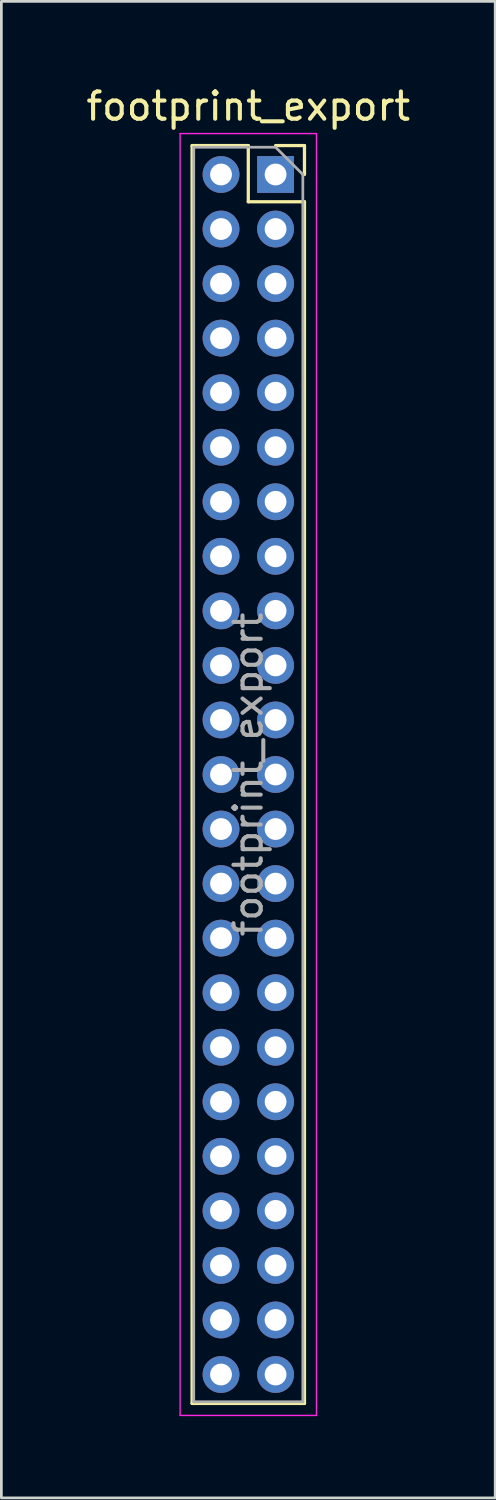
<source format=kicad_pcb>
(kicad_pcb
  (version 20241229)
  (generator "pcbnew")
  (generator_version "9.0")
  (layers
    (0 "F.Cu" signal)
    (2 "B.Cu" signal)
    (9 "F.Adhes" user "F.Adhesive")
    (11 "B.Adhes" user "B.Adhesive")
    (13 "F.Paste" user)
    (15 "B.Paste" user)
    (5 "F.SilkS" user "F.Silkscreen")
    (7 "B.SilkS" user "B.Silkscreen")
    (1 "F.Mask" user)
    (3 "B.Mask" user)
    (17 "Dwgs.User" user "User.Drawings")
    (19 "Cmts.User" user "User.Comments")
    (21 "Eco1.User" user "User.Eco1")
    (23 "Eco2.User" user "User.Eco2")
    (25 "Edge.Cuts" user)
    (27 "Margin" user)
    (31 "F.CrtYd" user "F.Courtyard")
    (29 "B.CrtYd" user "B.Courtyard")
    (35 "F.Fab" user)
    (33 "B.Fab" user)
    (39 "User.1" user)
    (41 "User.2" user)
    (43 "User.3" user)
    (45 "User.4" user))
  (footprint "footprint_export"
    (layer "F.Cu")
    (at 7.054 3.348)
    (property "Reference" "footprint_export" (at -1 -2.5 0) (layer "F.SilkS") (effects (font (size 1 1) (thickness 0.15))))
    (attr through_hole)
    (fp_line (start -3.06 -1.06) (end -3.06 45.06) (stroke (width 0.12) (type solid)) (layer "F.SilkS"))
    (fp_line (start -3.06 -1.06) (end -1 -1.06) (stroke (width 0.12) (type solid)) (layer "F.SilkS"))
    (fp_line (start -3.06 45.06) (end 1.06 45.06) (stroke (width 0.12) (type solid)) (layer "F.SilkS"))
    (fp_line (start -1 -1.06) (end -1 1) (stroke (width 0.12) (type solid)) (layer "F.SilkS"))
    (fp_line (start -1 1) (end 1.06 1) (stroke (width 0.12) (type solid)) (layer "F.SilkS"))
    (fp_line (start 0 -1.06) (end 1.06 -1.06) (stroke (width 0.12) (type solid)) (layer "F.SilkS"))
    (fp_line (start 1.06 -1.06) (end 1.06 0) (stroke (width 0.12) (type solid)) (layer "F.SilkS"))
    (fp_line (start 1.06 1) (end 1.06 45.06) (stroke (width 0.12) (type solid)) (layer "F.SilkS"))
    (fp_line (start -3.5 -1.5) (end 1.5 -1.5) (stroke (width 0.05) (type solid)) (layer "F.CrtYd"))
    (fp_line (start -3.5 45.5) (end -3.5 -1.5) (stroke (width 0.05) (type solid)) (layer "F.CrtYd"))
    (fp_line (start 1.5 -1.5) (end 1.5 45.5) (stroke (width 0.05) (type solid)) (layer "F.CrtYd"))
    (fp_line (start 1.5 45.5) (end -3.5 45.5) (stroke (width 0.05) (type solid)) (layer "F.CrtYd"))
    (fp_line (start -3 -1) (end 0 -1) (stroke (width 0.1) (type solid)) (layer "F.Fab"))
    (fp_line (start -3 45) (end -3 -1) (stroke (width 0.1) (type solid)) (layer "F.Fab"))
    (fp_line (start 0 -1) (end 1 0) (stroke (width 0.1) (type solid)) (layer "F.Fab"))
    (fp_line (start 1 0) (end 1 45) (stroke (width 0.1) (type solid)) (layer "F.Fab"))
    (fp_line (start 1 45) (end -3 45) (stroke (width 0.1) (type solid)) (layer "F.Fab"))
    (fp_text user "${REFERENCE}" (at -1 22 90) (layer "F.Fab") (effects (font (size 1 1) (thickness 0.15))))
    (pad "1" thru_hole rect (at 0 0) (size 1.35 1.35) (drill 0.8) (layers "*.Cu" "*.Mask"))
    (pad "2" thru_hole oval (at -2 0) (size 1.35 1.35) (drill 0.8) (layers "*.Cu" "*.Mask"))
    (pad "3" thru_hole oval (at 0 2) (size 1.35 1.35) (drill 0.8) (layers "*.Cu" "*.Mask"))
    (pad "4" thru_hole oval (at -2 2) (size 1.35 1.35) (drill 0.8) (layers "*.Cu" "*.Mask"))
    (pad "5" thru_hole oval (at 0 4) (size 1.35 1.35) (drill 0.8) (layers "*.Cu" "*.Mask"))
    (pad "6" thru_hole oval (at -2 4) (size 1.35 1.35) (drill 0.8) (layers "*.Cu" "*.Mask"))
    (pad "7" thru_hole oval (at 0 6) (size 1.35 1.35) (drill 0.8) (layers "*.Cu" "*.Mask"))
    (pad "8" thru_hole oval (at -2 6) (size 1.35 1.35) (drill 0.8) (layers "*.Cu" "*.Mask"))
    (pad "9" thru_hole oval (at 0 8) (size 1.35 1.35) (drill 0.8) (layers "*.Cu" "*.Mask"))
    (pad "10" thru_hole oval (at -2 8) (size 1.35 1.35) (drill 0.8) (layers "*.Cu" "*.Mask"))
    (pad "11" thru_hole oval (at 0 10) (size 1.35 1.35) (drill 0.8) (layers "*.Cu" "*.Mask"))
    (pad "12" thru_hole oval (at -2 10) (size 1.35 1.35) (drill 0.8) (layers "*.Cu" "*.Mask"))
    (pad "13" thru_hole oval (at 0 12) (size 1.35 1.35) (drill 0.8) (layers "*.Cu" "*.Mask"))
    (pad "14" thru_hole oval (at -2 12) (size 1.35 1.35) (drill 0.8) (layers "*.Cu" "*.Mask"))
    (pad "15" thru_hole oval (at 0 14) (size 1.35 1.35) (drill 0.8) (layers "*.Cu" "*.Mask"))
    (pad "16" thru_hole oval (at -2 14) (size 1.35 1.35) (drill 0.8) (layers "*.Cu" "*.Mask"))
    (pad "17" thru_hole oval (at 0 16) (size 1.35 1.35) (drill 0.8) (layers "*.Cu" "*.Mask"))
    (pad "18" thru_hole oval (at -2 16) (size 1.35 1.35) (drill 0.8) (layers "*.Cu" "*.Mask"))
    (pad "19" thru_hole oval (at 0 18) (size 1.35 1.35) (drill 0.8) (layers "*.Cu" "*.Mask"))
    (pad "20" thru_hole oval (at -2 18) (size 1.35 1.35) (drill 0.8) (layers "*.Cu" "*.Mask"))
    (pad "21" thru_hole oval (at 0 20) (size 1.35 1.35) (drill 0.8) (layers "*.Cu" "*.Mask"))
    (pad "22" thru_hole oval (at -2 20) (size 1.35 1.35) (drill 0.8) (layers "*.Cu" "*.Mask"))
    (pad "23" thru_hole oval (at 0 22) (size 1.35 1.35) (drill 0.8) (layers "*.Cu" "*.Mask"))
    (pad "24" thru_hole oval (at -2 22) (size 1.35 1.35) (drill 0.8) (layers "*.Cu" "*.Mask"))
    (pad "25" thru_hole oval (at 0 24) (size 1.35 1.35) (drill 0.8) (layers "*.Cu" "*.Mask"))
    (pad "26" thru_hole oval (at -2 24) (size 1.35 1.35) (drill 0.8) (layers "*.Cu" "*.Mask"))
    (pad "27" thru_hole oval (at 0 26) (size 1.35 1.35) (drill 0.8) (layers "*.Cu" "*.Mask"))
    (pad "28" thru_hole oval (at -2 26) (size 1.35 1.35) (drill 0.8) (layers "*.Cu" "*.Mask"))
    (pad "29" thru_hole oval (at 0 28) (size 1.35 1.35) (drill 0.8) (layers "*.Cu" "*.Mask"))
    (pad "30" thru_hole oval (at -2 28) (size 1.35 1.35) (drill 0.8) (layers "*.Cu" "*.Mask"))
    (pad "31" thru_hole oval (at 0 30) (size 1.35 1.35) (drill 0.8) (layers "*.Cu" "*.Mask"))
    (pad "32" thru_hole oval (at -2 30) (size 1.35 1.35) (drill 0.8) (layers "*.Cu" "*.Mask"))
    (pad "33" thru_hole oval (at 0 32) (size 1.35 1.35) (drill 0.8) (layers "*.Cu" "*.Mask"))
    (pad "34" thru_hole oval (at -2 32) (size 1.35 1.35) (drill 0.8) (layers "*.Cu" "*.Mask"))
    (pad "35" thru_hole oval (at 0 34) (size 1.35 1.35) (drill 0.8) (layers "*.Cu" "*.Mask"))
    (pad "36" thru_hole oval (at -2 34) (size 1.35 1.35) (drill 0.8) (layers "*.Cu" "*.Mask"))
    (pad "37" thru_hole oval (at 0 36) (size 1.35 1.35) (drill 0.8) (layers "*.Cu" "*.Mask"))
    (pad "38" thru_hole oval (at -2 36) (size 1.35 1.35) (drill 0.8) (layers "*.Cu" "*.Mask"))
    (pad "39" thru_hole oval (at 0 38) (size 1.35 1.35) (drill 0.8) (layers "*.Cu" "*.Mask"))
    (pad "40" thru_hole oval (at -2 38) (size 1.35 1.35) (drill 0.8) (layers "*.Cu" "*.Mask"))
    (pad "41" thru_hole oval (at 0 40) (size 1.35 1.35) (drill 0.8) (layers "*.Cu" "*.Mask"))
    (pad "42" thru_hole oval (at -2 40) (size 1.35 1.35) (drill 0.8) (layers "*.Cu" "*.Mask"))
    (pad "43" thru_hole oval (at 0 42) (size 1.35 1.35) (drill 0.8) (layers "*.Cu" "*.Mask"))
    (pad "44" thru_hole oval (at -2 42) (size 1.35 1.35) (drill 0.8) (layers "*.Cu" "*.Mask"))
    (pad "45" thru_hole oval (at 0 44) (size 1.35 1.35) (drill 0.8) (layers "*.Cu" "*.Mask"))
    (pad "46" thru_hole oval (at -2 44) (size 1.35 1.35) (drill 0.8) (layers "*.Cu" "*.Mask")))
  (gr_rect
    (start -3 -3)
    (end 15.107 51.873)
    (stroke (width 0.1) (type default))
    (fill no)
    (layer "Edge.Cuts")))
</source>
